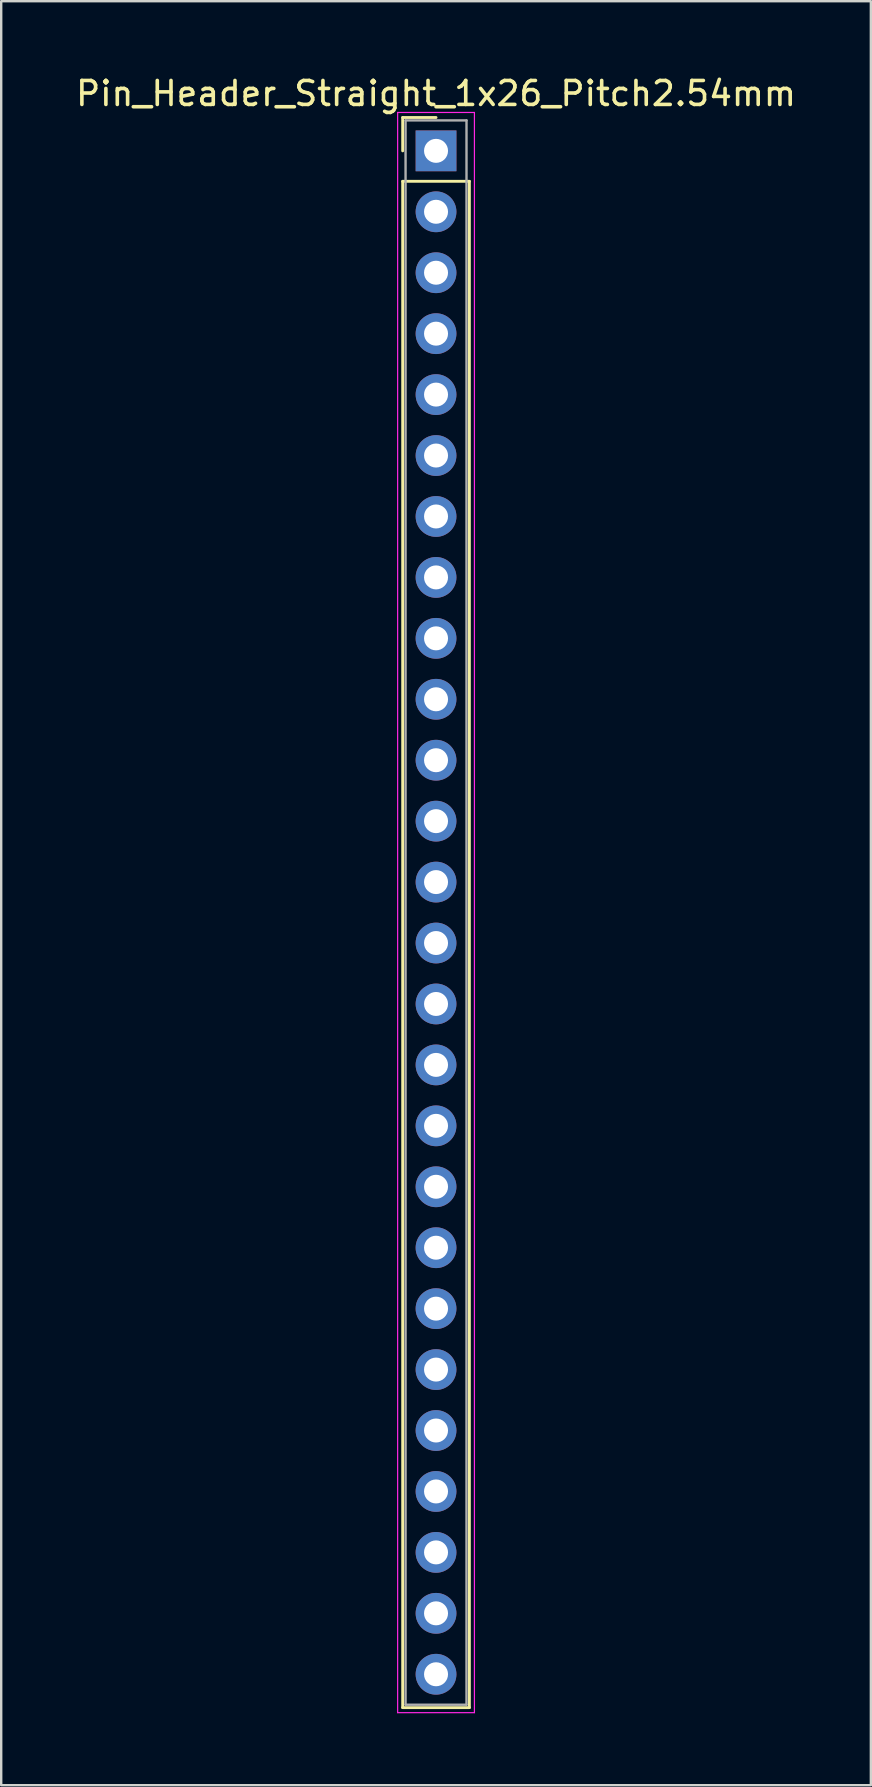
<source format=kicad_pcb>
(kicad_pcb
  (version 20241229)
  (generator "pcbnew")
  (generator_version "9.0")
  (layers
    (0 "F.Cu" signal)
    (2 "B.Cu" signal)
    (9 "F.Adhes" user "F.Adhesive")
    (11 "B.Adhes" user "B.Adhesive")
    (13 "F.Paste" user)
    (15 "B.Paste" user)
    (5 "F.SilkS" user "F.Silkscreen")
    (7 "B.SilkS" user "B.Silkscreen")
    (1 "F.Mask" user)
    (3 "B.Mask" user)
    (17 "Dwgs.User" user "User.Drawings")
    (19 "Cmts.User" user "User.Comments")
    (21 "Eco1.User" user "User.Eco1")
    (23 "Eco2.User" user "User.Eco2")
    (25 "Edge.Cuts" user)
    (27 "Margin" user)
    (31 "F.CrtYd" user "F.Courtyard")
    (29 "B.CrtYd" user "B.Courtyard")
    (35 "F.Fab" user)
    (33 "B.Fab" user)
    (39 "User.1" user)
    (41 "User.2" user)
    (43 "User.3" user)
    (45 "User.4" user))
  (footprint "Pin_Header_Straight_1x26_Pitch2.54mm"
    (layer "F.Cu")
    (at 15.125 3.238)
    (property "Reference" "Pin_Header_Straight_1x26_Pitch2.54mm" (at 0 -2.39 0) (layer "F.SilkS") (effects (font (size 1 1) (thickness 0.15))))
    (attr through_hole)
    (fp_line (start -1.39 -1.39) (end 0 -1.39) (stroke (width 0.12) (type solid)) (layer "F.SilkS"))
    (fp_line (start -1.39 0) (end -1.39 -1.39) (stroke (width 0.12) (type solid)) (layer "F.SilkS"))
    (fp_line (start -1.39 1.27) (end -1.39 64.89) (stroke (width 0.12) (type solid)) (layer "F.SilkS"))
    (fp_line (start -1.39 64.89) (end 1.39 64.89) (stroke (width 0.12) (type solid)) (layer "F.SilkS"))
    (fp_line (start 1.39 1.27) (end -1.39 1.27) (stroke (width 0.12) (type solid)) (layer "F.SilkS"))
    (fp_line (start 1.39 64.89) (end 1.39 1.27) (stroke (width 0.12) (type solid)) (layer "F.SilkS"))
    (fp_line (start -1.6 -1.6) (end -1.6 65.1) (stroke (width 0.05) (type solid)) (layer "F.CrtYd"))
    (fp_line (start -1.6 65.1) (end 1.6 65.1) (stroke (width 0.05) (type solid)) (layer "F.CrtYd"))
    (fp_line (start 1.6 -1.6) (end -1.6 -1.6) (stroke (width 0.05) (type solid)) (layer "F.CrtYd"))
    (fp_line (start 1.6 65.1) (end 1.6 -1.6) (stroke (width 0.05) (type solid)) (layer "F.CrtYd"))
    (fp_line (start -1.27 -1.27) (end -1.27 64.77) (stroke (width 0.1) (type solid)) (layer "F.Fab"))
    (fp_line (start -1.27 64.77) (end 1.27 64.77) (stroke (width 0.1) (type solid)) (layer "F.Fab"))
    (fp_line (start 1.27 -1.27) (end -1.27 -1.27) (stroke (width 0.1) (type solid)) (layer "F.Fab"))
    (fp_line (start 1.27 64.77) (end 1.27 -1.27) (stroke (width 0.1) (type solid)) (layer "F.Fab"))
    (pad "1" thru_hole rect (at 0 0) (size 1.7 1.7) (drill 1) (layers "*.Cu" "*.Mask"))
    (pad "2" thru_hole oval (at 0 2.54) (size 1.7 1.7) (drill 1) (layers "*.Cu" "*.Mask"))
    (pad "3" thru_hole oval (at 0 5.08) (size 1.7 1.7) (drill 1) (layers "*.Cu" "*.Mask"))
    (pad "4" thru_hole oval (at 0 7.62) (size 1.7 1.7) (drill 1) (layers "*.Cu" "*.Mask"))
    (pad "5" thru_hole oval (at 0 10.16) (size 1.7 1.7) (drill 1) (layers "*.Cu" "*.Mask"))
    (pad "6" thru_hole oval (at 0 12.7) (size 1.7 1.7) (drill 1) (layers "*.Cu" "*.Mask"))
    (pad "7" thru_hole oval (at 0 15.24) (size 1.7 1.7) (drill 1) (layers "*.Cu" "*.Mask"))
    (pad "8" thru_hole oval (at 0 17.78) (size 1.7 1.7) (drill 1) (layers "*.Cu" "*.Mask"))
    (pad "9" thru_hole oval (at 0 20.32) (size 1.7 1.7) (drill 1) (layers "*.Cu" "*.Mask"))
    (pad "10" thru_hole oval (at 0 22.86) (size 1.7 1.7) (drill 1) (layers "*.Cu" "*.Mask"))
    (pad "11" thru_hole oval (at 0 25.4) (size 1.7 1.7) (drill 1) (layers "*.Cu" "*.Mask"))
    (pad "12" thru_hole oval (at 0 27.94) (size 1.7 1.7) (drill 1) (layers "*.Cu" "*.Mask"))
    (pad "13" thru_hole oval (at 0 30.48) (size 1.7 1.7) (drill 1) (layers "*.Cu" "*.Mask"))
    (pad "14" thru_hole oval (at 0 33.02) (size 1.7 1.7) (drill 1) (layers "*.Cu" "*.Mask"))
    (pad "15" thru_hole oval (at 0 35.56) (size 1.7 1.7) (drill 1) (layers "*.Cu" "*.Mask"))
    (pad "16" thru_hole oval (at 0 38.1) (size 1.7 1.7) (drill 1) (layers "*.Cu" "*.Mask"))
    (pad "17" thru_hole oval (at 0 40.64) (size 1.7 1.7) (drill 1) (layers "*.Cu" "*.Mask"))
    (pad "18" thru_hole oval (at 0 43.18) (size 1.7 1.7) (drill 1) (layers "*.Cu" "*.Mask"))
    (pad "19" thru_hole oval (at 0 45.72) (size 1.7 1.7) (drill 1) (layers "*.Cu" "*.Mask"))
    (pad "20" thru_hole oval (at 0 48.26) (size 1.7 1.7) (drill 1) (layers "*.Cu" "*.Mask"))
    (pad "21" thru_hole oval (at 0 50.8) (size 1.7 1.7) (drill 1) (layers "*.Cu" "*.Mask"))
    (pad "22" thru_hole oval (at 0 53.34) (size 1.7 1.7) (drill 1) (layers "*.Cu" "*.Mask"))
    (pad "23" thru_hole oval (at 0 55.88) (size 1.7 1.7) (drill 1) (layers "*.Cu" "*.Mask"))
    (pad "24" thru_hole oval (at 0 58.42) (size 1.7 1.7) (drill 1) (layers "*.Cu" "*.Mask"))
    (pad "25" thru_hole oval (at 0 60.96) (size 1.7 1.7) (drill 1) (layers "*.Cu" "*.Mask"))
    (pad "26" thru_hole oval (at 0 63.5) (size 1.7 1.7) (drill 1) (layers "*.Cu" "*.Mask")))
  (gr_rect
    (start -3 -3)
    (end 33.25 71.363)
    (stroke (width 0.1) (type default))
    (fill no)
    (layer "Edge.Cuts")))
</source>
